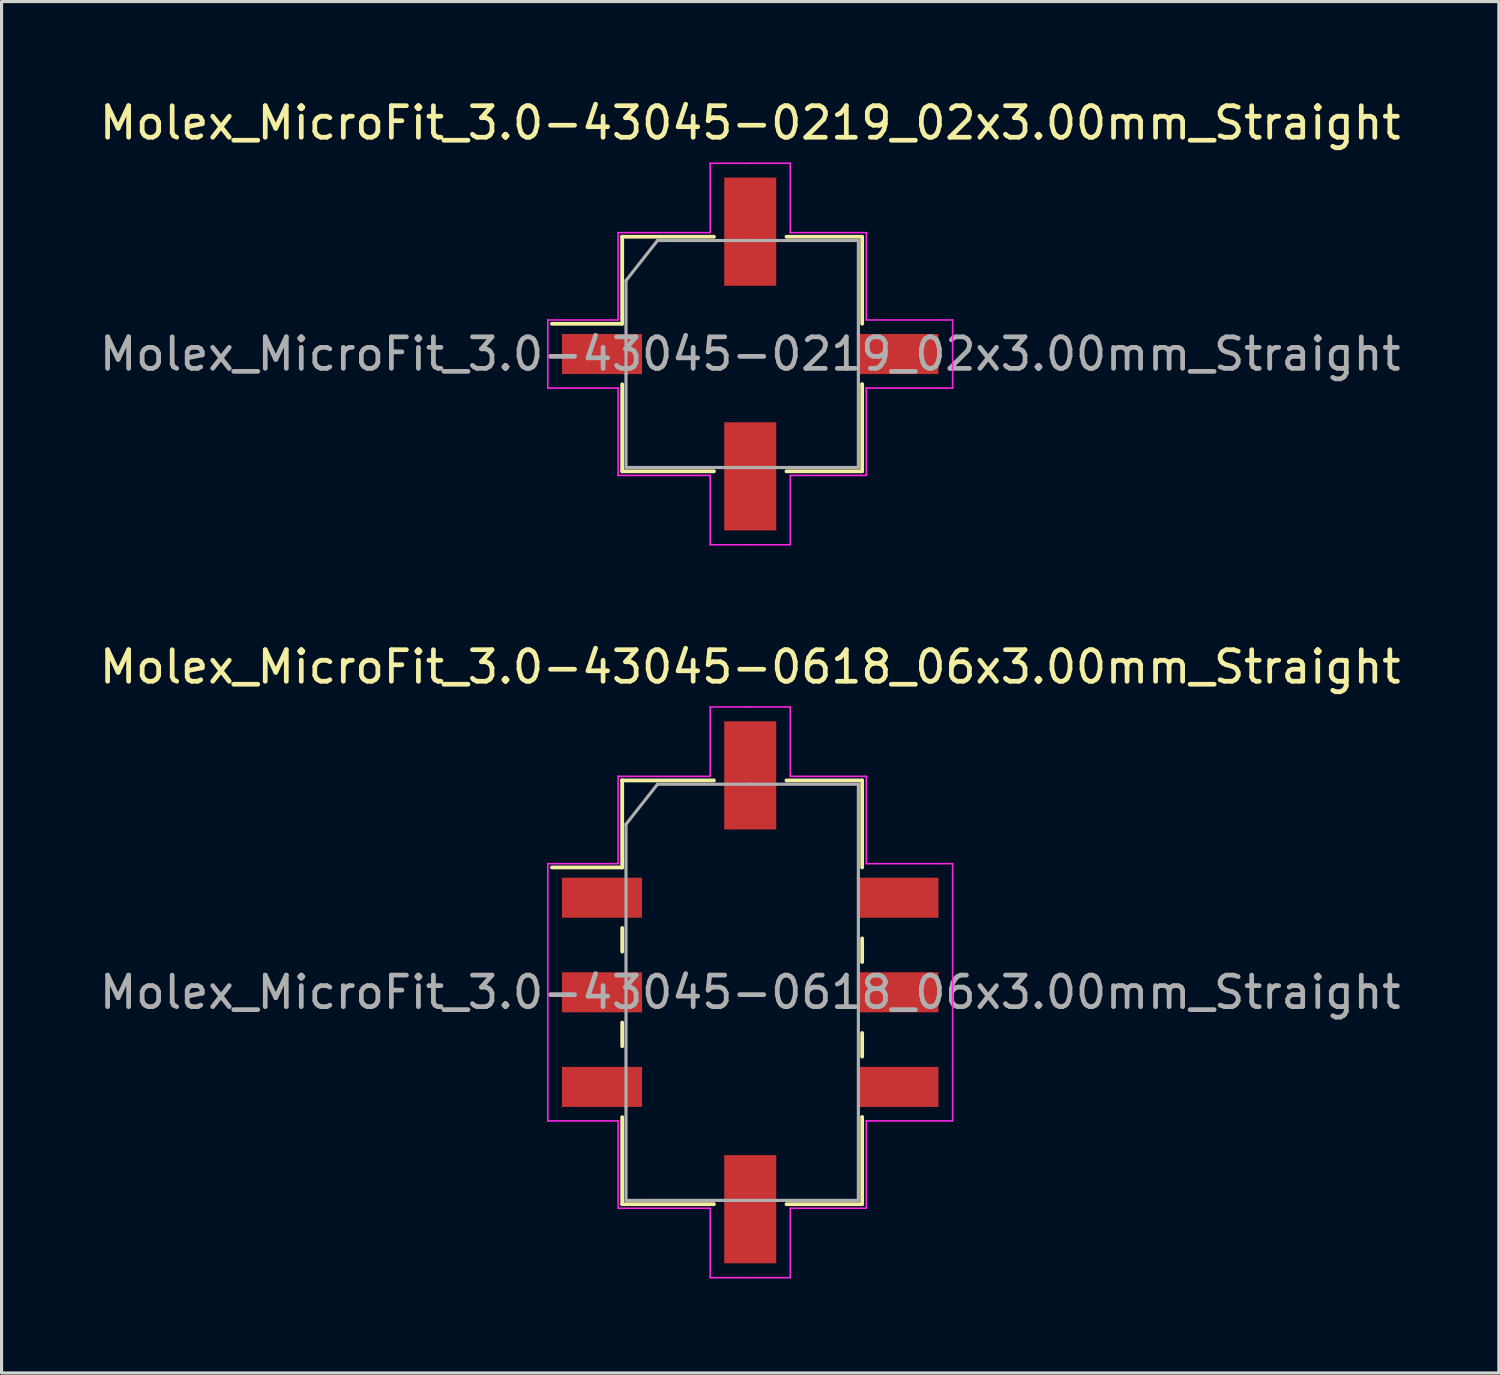
<source format=kicad_pcb>
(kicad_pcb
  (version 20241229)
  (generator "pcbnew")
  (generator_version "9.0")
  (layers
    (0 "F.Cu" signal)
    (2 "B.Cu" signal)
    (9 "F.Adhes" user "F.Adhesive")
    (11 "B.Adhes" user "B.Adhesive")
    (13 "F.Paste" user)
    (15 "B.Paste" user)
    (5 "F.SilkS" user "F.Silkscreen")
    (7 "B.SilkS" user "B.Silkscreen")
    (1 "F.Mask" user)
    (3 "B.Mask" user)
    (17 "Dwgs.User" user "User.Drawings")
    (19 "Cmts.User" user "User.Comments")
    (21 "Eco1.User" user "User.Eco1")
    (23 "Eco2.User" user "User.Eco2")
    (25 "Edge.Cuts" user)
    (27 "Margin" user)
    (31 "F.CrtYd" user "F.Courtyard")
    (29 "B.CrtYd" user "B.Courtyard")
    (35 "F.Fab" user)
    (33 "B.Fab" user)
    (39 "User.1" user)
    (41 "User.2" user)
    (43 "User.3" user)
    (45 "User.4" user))
  (footprint "Molex_MicroFit_3.0-43045-0219_02x3.00mm_Straight"
    (layer "F.Cu")
    (at 20.744 8.178)
    (property "Reference" "Molex_MicroFit_3.0-43045-0219_02x3.00mm_Straight" (at 0 -7.33 0) (layer "F.SilkS") (effects (font (size 1 1) (thickness 0.15))))
    (attr smd)
    (fp_line (start -6.29 -0.96) (end -4.06 -0.96) (stroke (width 0.12) (type solid)) (layer "F.SilkS"))
    (fp_line (start -4.06 -3.72) (end -4.06 -3.72) (stroke (width 0.12) (type solid)) (layer "F.SilkS"))
    (fp_line (start -4.06 -3.72) (end -1.15 -3.72) (stroke (width 0.12) (type solid)) (layer "F.SilkS"))
    (fp_line (start -4.06 -0.96) (end -4.06 -3.72) (stroke (width 0.12) (type solid)) (layer "F.SilkS"))
    (fp_line (start -4.06 3.72) (end -4.06 0.96) (stroke (width 0.12) (type solid)) (layer "F.SilkS"))
    (fp_line (start -1.15 3.72) (end -4.06 3.72) (stroke (width 0.12) (type solid)) (layer "F.SilkS"))
    (fp_line (start 1.15 -3.72) (end 3.55 -3.72) (stroke (width 0.12) (type solid)) (layer "F.SilkS"))
    (fp_line (start 3.55 -3.72) (end 3.55 -0.96) (stroke (width 0.12) (type solid)) (layer "F.SilkS"))
    (fp_line (start 3.55 0.96) (end 3.55 0.96) (stroke (width 0.12) (type solid)) (layer "F.SilkS"))
    (fp_line (start 3.55 0.96) (end 3.55 3.72) (stroke (width 0.12) (type solid)) (layer "F.SilkS"))
    (fp_line (start 3.55 3.72) (end 1.15 3.72) (stroke (width 0.12) (type solid)) (layer "F.SilkS"))
    (fp_line (start -6.42 -1.08) (end -4.19 -1.08) (stroke (width 0.05) (type solid)) (layer "F.CrtYd"))
    (fp_line (start -6.42 1.08) (end -6.42 -1.08) (stroke (width 0.05) (type solid)) (layer "F.CrtYd"))
    (fp_line (start -4.19 -3.85) (end -4.19 -3.85) (stroke (width 0.05) (type solid)) (layer "F.CrtYd"))
    (fp_line (start -4.19 -3.85) (end -1.27 -3.85) (stroke (width 0.05) (type solid)) (layer "F.CrtYd"))
    (fp_line (start -4.19 -1.08) (end -4.19 -3.85) (stroke (width 0.05) (type solid)) (layer "F.CrtYd"))
    (fp_line (start -4.19 1.08) (end -6.42 1.08) (stroke (width 0.05) (type solid)) (layer "F.CrtYd"))
    (fp_line (start -4.19 3.85) (end -4.19 1.08) (stroke (width 0.05) (type solid)) (layer "F.CrtYd"))
    (fp_line (start -1.27 -6.05) (end 0 -6.05) (stroke (width 0.05) (type solid)) (layer "F.CrtYd"))
    (fp_line (start -1.27 -3.85) (end -1.27 -6.05) (stroke (width 0.05) (type solid)) (layer "F.CrtYd"))
    (fp_line (start -1.27 3.85) (end -4.19 3.85) (stroke (width 0.05) (type solid)) (layer "F.CrtYd"))
    (fp_line (start -1.27 6.05) (end -1.27 3.85) (stroke (width 0.05) (type solid)) (layer "F.CrtYd"))
    (fp_line (start 0 -6.05) (end 1.27 -6.05) (stroke (width 0.05) (type solid)) (layer "F.CrtYd"))
    (fp_line (start 0 6.05) (end -1.27 6.05) (stroke (width 0.05) (type solid)) (layer "F.CrtYd"))
    (fp_line (start 1.27 -6.05) (end 1.27 -3.85) (stroke (width 0.05) (type solid)) (layer "F.CrtYd"))
    (fp_line (start 1.27 -3.85) (end 3.68 -3.85) (stroke (width 0.05) (type solid)) (layer "F.CrtYd"))
    (fp_line (start 1.27 3.85) (end 1.27 6.05) (stroke (width 0.05) (type solid)) (layer "F.CrtYd"))
    (fp_line (start 1.27 6.05) (end 0 6.05) (stroke (width 0.05) (type solid)) (layer "F.CrtYd"))
    (fp_line (start 3.68 -3.85) (end 3.68 -1.08) (stroke (width 0.05) (type solid)) (layer "F.CrtYd"))
    (fp_line (start 3.68 -1.08) (end 6.42 -1.08) (stroke (width 0.05) (type solid)) (layer "F.CrtYd"))
    (fp_line (start 3.68 1.08) (end 3.68 1.08) (stroke (width 0.05) (type solid)) (layer "F.CrtYd"))
    (fp_line (start 3.68 1.08) (end 3.68 3.85) (stroke (width 0.05) (type solid)) (layer "F.CrtYd"))
    (fp_line (start 3.68 3.85) (end 1.27 3.85) (stroke (width 0.05) (type solid)) (layer "F.CrtYd"))
    (fp_line (start 6.42 -1.08) (end 6.42 1.08) (stroke (width 0.05) (type solid)) (layer "F.CrtYd"))
    (fp_line (start 6.42 1.08) (end 3.68 1.08) (stroke (width 0.05) (type solid)) (layer "F.CrtYd"))
    (fp_line (start -3.94 -2.33) (end -2.94 -3.6) (stroke (width 0.1) (type solid)) (layer "F.Fab"))
    (fp_line (start -3.94 0.64) (end -3.94 -2.33) (stroke (width 0.1) (type solid)) (layer "F.Fab"))
    (fp_line (start -3.94 3.6) (end -3.94 0.64) (stroke (width 0.1) (type solid)) (layer "F.Fab"))
    (fp_line (start -2.94 -3.6) (end 0 -3.6) (stroke (width 0.1) (type solid)) (layer "F.Fab"))
    (fp_line (start -0.82 3.6) (end -3.94 3.6) (stroke (width 0.1) (type solid)) (layer "F.Fab"))
    (fp_line (start 0 -3.6) (end 3.43 -3.6) (stroke (width 0.1) (type solid)) (layer "F.Fab"))
    (fp_line (start 3.43 -3.6) (end 3.43 -0.64) (stroke (width 0.1) (type solid)) (layer "F.Fab"))
    (fp_line (start 3.43 -0.64) (end 3.43 0.64) (stroke (width 0.1) (type solid)) (layer "F.Fab"))
    (fp_line (start 3.43 0.64) (end 3.43 3.6) (stroke (width 0.1) (type solid)) (layer "F.Fab"))
    (fp_line (start 3.43 3.6) (end -0.82 3.6) (stroke (width 0.1) (type solid)) (layer "F.Fab"))
    (fp_text user "${REFERENCE}" (at 0 0 0) (layer "F.Fab") (effects (font (size 1 1) (thickness 0.15))))
    (pad "" smd rect (at 0 -3.88) (size 1.65 3.43) (layers "F.Cu" "F.Mask" "F.Paste"))
    (pad "" smd rect (at 0 3.88) (size 1.65 3.43) (layers "F.Cu" "F.Mask" "F.Paste"))
    (pad "1" smd rect (at -4.7 0) (size 2.54 1.27) (layers "F.Cu" "F.Mask" "F.Paste"))
    (pad "2" smd rect (at 4.7 0) (size 2.54 1.27) (layers "F.Cu" "F.Mask" "F.Paste")))
  (footprint "Molex_MicroFit_3.0-43045-0618_06x3.00mm_Straight"
    (layer "F.Cu")
    (at 20.744 28.422)
    (property "Reference" "Molex_MicroFit_3.0-43045-0618_06x3.00mm_Straight" (at 0 -10.32 0) (layer "F.SilkS") (effects (font (size 1 1) (thickness 0.15))))
    (attr smd)
    (fp_line (start -6.29 -3.96) (end -4.06 -3.96) (stroke (width 0.12) (type solid)) (layer "F.SilkS"))
    (fp_line (start -4.06 -6.72) (end -4.06 -6.72) (stroke (width 0.12) (type solid)) (layer "F.SilkS"))
    (fp_line (start -4.06 -6.72) (end -1.15 -6.72) (stroke (width 0.12) (type solid)) (layer "F.SilkS"))
    (fp_line (start -4.06 -3.96) (end -4.06 -6.72) (stroke (width 0.12) (type solid)) (layer "F.SilkS"))
    (fp_line (start -4.06 -2.04) (end -4.06 -1.29) (stroke (width 0.12) (type solid)) (layer "F.SilkS"))
    (fp_line (start -4.06 0.96) (end -4.06 1.71) (stroke (width 0.12) (type solid)) (layer "F.SilkS"))
    (fp_line (start -4.06 6.72) (end -4.06 3.96) (stroke (width 0.12) (type solid)) (layer "F.SilkS"))
    (fp_line (start -1.15 6.72) (end -4.06 6.72) (stroke (width 0.12) (type solid)) (layer "F.SilkS"))
    (fp_line (start 1.15 -6.72) (end 3.55 -6.72) (stroke (width 0.12) (type solid)) (layer "F.SilkS"))
    (fp_line (start 3.55 -6.72) (end 3.55 -3.96) (stroke (width 0.12) (type solid)) (layer "F.SilkS"))
    (fp_line (start 3.55 -0.96) (end 3.55 -1.71) (stroke (width 0.12) (type solid)) (layer "F.SilkS"))
    (fp_line (start 3.55 2.04) (end 3.55 1.29) (stroke (width 0.12) (type solid)) (layer "F.SilkS"))
    (fp_line (start 3.55 3.96) (end 3.55 3.96) (stroke (width 0.12) (type solid)) (layer "F.SilkS"))
    (fp_line (start 3.55 3.96) (end 3.55 6.72) (stroke (width 0.12) (type solid)) (layer "F.SilkS"))
    (fp_line (start 3.55 6.72) (end 1.15 6.72) (stroke (width 0.12) (type solid)) (layer "F.SilkS"))
    (fp_line (start -6.42 -4.08) (end -4.19 -4.08) (stroke (width 0.05) (type solid)) (layer "F.CrtYd"))
    (fp_line (start -6.42 4.08) (end -6.42 -4.08) (stroke (width 0.05) (type solid)) (layer "F.CrtYd"))
    (fp_line (start -4.19 -6.85) (end -4.19 -6.85) (stroke (width 0.05) (type solid)) (layer "F.CrtYd"))
    (fp_line (start -4.19 -6.85) (end -1.27 -6.85) (stroke (width 0.05) (type solid)) (layer "F.CrtYd"))
    (fp_line (start -4.19 -4.08) (end -4.19 -6.85) (stroke (width 0.05) (type solid)) (layer "F.CrtYd"))
    (fp_line (start -4.19 4.08) (end -6.42 4.08) (stroke (width 0.05) (type solid)) (layer "F.CrtYd"))
    (fp_line (start -4.19 6.85) (end -4.19 4.08) (stroke (width 0.05) (type solid)) (layer "F.CrtYd"))
    (fp_line (start -1.27 -9.05) (end 0 -9.05) (stroke (width 0.05) (type solid)) (layer "F.CrtYd"))
    (fp_line (start -1.27 -6.85) (end -1.27 -9.05) (stroke (width 0.05) (type solid)) (layer "F.CrtYd"))
    (fp_line (start -1.27 6.85) (end -4.19 6.85) (stroke (width 0.05) (type solid)) (layer "F.CrtYd"))
    (fp_line (start -1.27 9.05) (end -1.27 6.85) (stroke (width 0.05) (type solid)) (layer "F.CrtYd"))
    (fp_line (start 0 -9.05) (end 1.27 -9.05) (stroke (width 0.05) (type solid)) (layer "F.CrtYd"))
    (fp_line (start 0 9.05) (end -1.27 9.05) (stroke (width 0.05) (type solid)) (layer "F.CrtYd"))
    (fp_line (start 1.27 -9.05) (end 1.27 -6.85) (stroke (width 0.05) (type solid)) (layer "F.CrtYd"))
    (fp_line (start 1.27 -6.85) (end 3.68 -6.85) (stroke (width 0.05) (type solid)) (layer "F.CrtYd"))
    (fp_line (start 1.27 6.85) (end 1.27 9.05) (stroke (width 0.05) (type solid)) (layer "F.CrtYd"))
    (fp_line (start 1.27 9.05) (end 0 9.05) (stroke (width 0.05) (type solid)) (layer "F.CrtYd"))
    (fp_line (start 3.68 -6.85) (end 3.68 -4.08) (stroke (width 0.05) (type solid)) (layer "F.CrtYd"))
    (fp_line (start 3.68 -4.08) (end 6.42 -4.08) (stroke (width 0.05) (type solid)) (layer "F.CrtYd"))
    (fp_line (start 3.68 4.08) (end 3.68 4.08) (stroke (width 0.05) (type solid)) (layer "F.CrtYd"))
    (fp_line (start 3.68 4.08) (end 3.68 6.85) (stroke (width 0.05) (type solid)) (layer "F.CrtYd"))
    (fp_line (start 3.68 6.85) (end 1.27 6.85) (stroke (width 0.05) (type solid)) (layer "F.CrtYd"))
    (fp_line (start 6.42 -4.08) (end 6.42 4.08) (stroke (width 0.05) (type solid)) (layer "F.CrtYd"))
    (fp_line (start 6.42 4.08) (end 3.68 4.08) (stroke (width 0.05) (type solid)) (layer "F.CrtYd"))
    (fp_line (start -3.94 -5.33) (end -2.94 -6.6) (stroke (width 0.1) (type solid)) (layer "F.Fab"))
    (fp_line (start -3.94 3.63) (end -3.94 -5.33) (stroke (width 0.1) (type solid)) (layer "F.Fab"))
    (fp_line (start -3.94 6.6) (end -3.94 3.63) (stroke (width 0.1) (type solid)) (layer "F.Fab"))
    (fp_line (start -2.94 -6.6) (end 0 -6.6) (stroke (width 0.1) (type solid)) (layer "F.Fab"))
    (fp_line (start -0.82 6.6) (end -3.94 6.6) (stroke (width 0.1) (type solid)) (layer "F.Fab"))
    (fp_line (start 0 -6.6) (end 3.43 -6.6) (stroke (width 0.1) (type solid)) (layer "F.Fab"))
    (fp_line (start 3.43 -6.6) (end 3.43 -3.63) (stroke (width 0.1) (type solid)) (layer "F.Fab"))
    (fp_line (start 3.43 -3.63) (end 3.43 3.63) (stroke (width 0.1) (type solid)) (layer "F.Fab"))
    (fp_line (start 3.43 3.63) (end 3.43 6.6) (stroke (width 0.1) (type solid)) (layer "F.Fab"))
    (fp_line (start 3.43 6.6) (end -0.82 6.6) (stroke (width 0.1) (type solid)) (layer "F.Fab"))
    (fp_text user "${REFERENCE}" (at 0 0 0) (layer "F.Fab") (effects (font (size 1 1) (thickness 0.15))))
    (pad "" smd rect (at 0 -6.88) (size 1.65 3.43) (layers "F.Cu" "F.Mask" "F.Paste"))
    (pad "" smd rect (at 0 6.88) (size 1.65 3.43) (layers "F.Cu" "F.Mask" "F.Paste"))
    (pad "1" smd rect (at -4.7 -3) (size 2.54 1.27) (layers "F.Cu" "F.Mask" "F.Paste"))
    (pad "2" smd rect (at -4.7 0) (size 2.54 1.27) (layers "F.Cu" "F.Mask" "F.Paste"))
    (pad "3" smd rect (at -4.7 3) (size 2.54 1.27) (layers "F.Cu" "F.Mask" "F.Paste"))
    (pad "4" smd rect (at 4.7 3) (size 2.54 1.27) (layers "F.Cu" "F.Mask" "F.Paste"))
    (pad "5" smd rect (at 4.7 0) (size 2.54 1.27) (layers "F.Cu" "F.Mask" "F.Paste"))
    (pad "6" smd rect (at 4.7 -3) (size 2.54 1.27) (layers "F.Cu" "F.Mask" "F.Paste")))
  (gr_rect
    (start -3 -3)
    (end 44.488 40.496)
    (stroke (width 0.1) (type default))
    (fill no)
    (layer "Edge.Cuts")))
</source>
